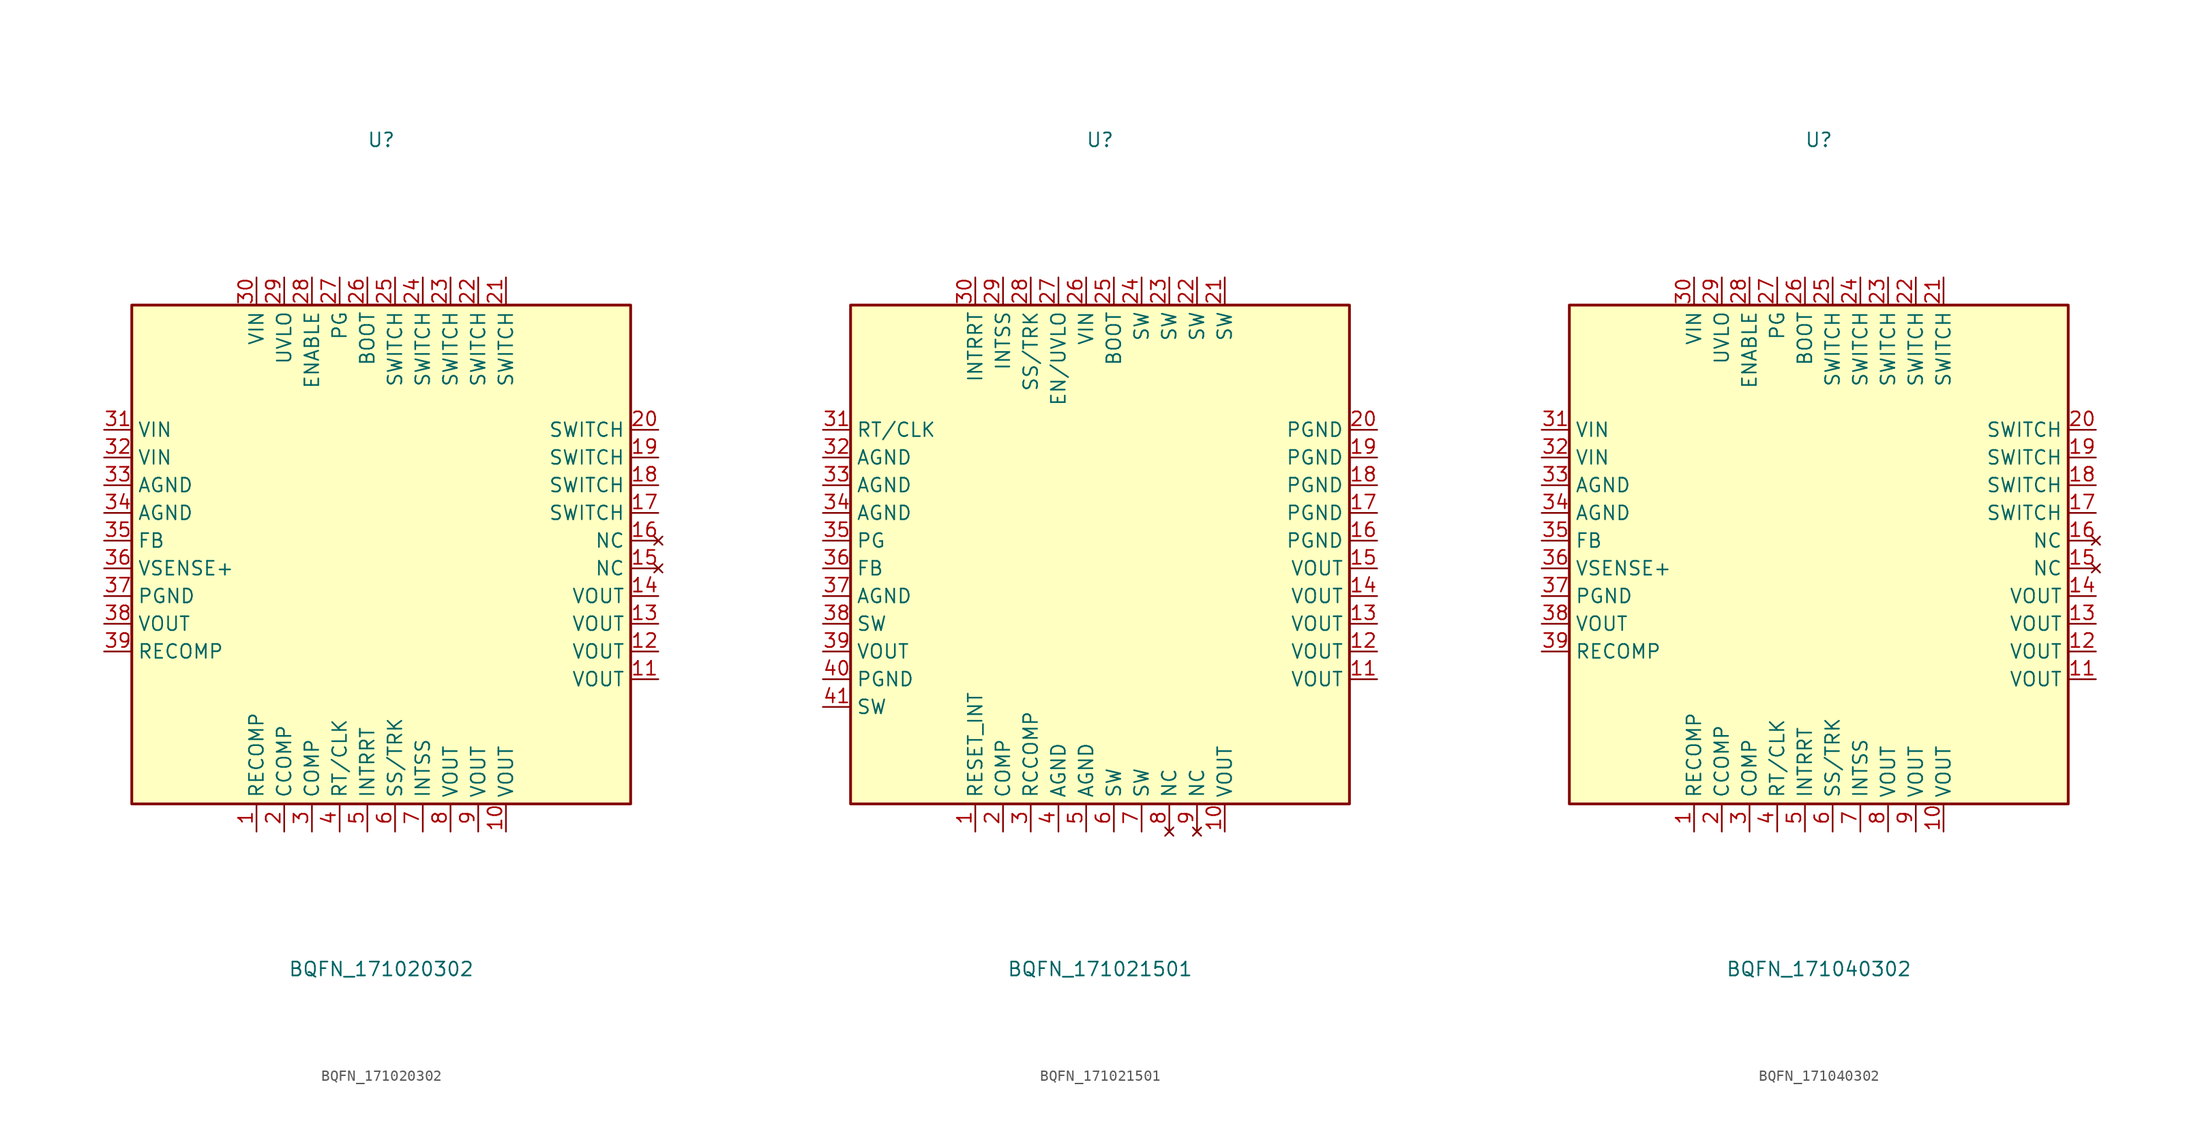
<source format=kicad_sym>
(kicad_symbol_lib
  (version 20220914)
  (generator kicad_symbol_editor)
  (symbol "BQFN_171020302"
    (property "Reference" "U"
      (at 0 38 0)
      (effects (font (size 1.27 1.27))))
    (property "Value" "BQFN_171020302"
      (at 0 -38 0)
      (effects (font (size 1.27 1.27))))
    (symbol "BQFN_171020302_1_1"
      (rectangle (start -22.86 22.86) (end 22.86 -22.86) (stroke (width 0.254) (type solid)) (fill (type background)))
      (pin input line (at -11.43 -25.4 90) (length 2.54) (name "RECOMP" (effects (font (size 1.27 1.27)))) (number "1" (effects (font (size 1.27 1.27)))))
      (pin power_out line (at 11.43 -25.4 90) (length 2.54) (name "VOUT" (effects (font (size 1.27 1.27)))) (number "10" (effects (font (size 1.27 1.27)))))
      (pin power_out line (at 25.4 -11.43 180) (length 2.54) (name "VOUT" (effects (font (size 1.27 1.27)))) (number "11" (effects (font (size 1.27 1.27)))))
      (pin power_out line (at 25.4 -8.89 180) (length 2.54) (name "VOUT" (effects (font (size 1.27 1.27)))) (number "12" (effects (font (size 1.27 1.27)))))
      (pin power_out line (at 25.4 -6.35 180) (length 2.54) (name "VOUT" (effects (font (size 1.27 1.27)))) (number "13" (effects (font (size 1.27 1.27)))))
      (pin power_out line (at 25.4 -3.81 180) (length 2.54) (name "VOUT" (effects (font (size 1.27 1.27)))) (number "14" (effects (font (size 1.27 1.27)))))
      (pin no_connect line (at 25.4 -1.27 180) (length 2.54) (name "NC" (effects (font (size 1.27 1.27)))) (number "15" (effects (font (size 1.27 1.27)))))
      (pin no_connect line (at 25.4 1.27 180) (length 2.54) (name "NC" (effects (font (size 1.27 1.27)))) (number "16" (effects (font (size 1.27 1.27)))))
      (pin power_in line (at 25.4 3.81 180) (length 2.54) (name "SWITCH" (effects (font (size 1.27 1.27)))) (number "17" (effects (font (size 1.27 1.27)))))
      (pin power_in line (at 25.4 6.35 180) (length 2.54) (name "SWITCH" (effects (font (size 1.27 1.27)))) (number "18" (effects (font (size 1.27 1.27)))))
      (pin power_in line (at 25.4 8.89 180) (length 2.54) (name "SWITCH" (effects (font (size 1.27 1.27)))) (number "19" (effects (font (size 1.27 1.27)))))
      (pin input line (at -8.89 -25.4 90) (length 2.54) (name "CCOMP" (effects (font (size 1.27 1.27)))) (number "2" (effects (font (size 1.27 1.27)))))
      (pin power_in line (at 25.4 11.43 180) (length 2.54) (name "SWITCH" (effects (font (size 1.27 1.27)))) (number "20" (effects (font (size 1.27 1.27)))))
      (pin power_in line (at 11.43 25.4 270) (length 2.54) (name "SWITCH" (effects (font (size 1.27 1.27)))) (number "21" (effects (font (size 1.27 1.27)))))
      (pin power_in line (at 8.89 25.4 270) (length 2.54) (name "SWITCH" (effects (font (size 1.27 1.27)))) (number "22" (effects (font (size 1.27 1.27)))))
      (pin power_in line (at 6.35 25.4 270) (length 2.54) (name "SWITCH" (effects (font (size 1.27 1.27)))) (number "23" (effects (font (size 1.27 1.27)))))
      (pin power_in line (at 3.81 25.4 270) (length 2.54) (name "SWITCH" (effects (font (size 1.27 1.27)))) (number "24" (effects (font (size 1.27 1.27)))))
      (pin power_in line (at 1.27 25.4 270) (length 2.54) (name "SWITCH" (effects (font (size 1.27 1.27)))) (number "25" (effects (font (size 1.27 1.27)))))
      (pin input line (at -1.27 25.4 270) (length 2.54) (name "BOOT" (effects (font (size 1.27 1.27)))) (number "26" (effects (font (size 1.27 1.27)))))
      (pin output line (at -3.81 25.4 270) (length 2.54) (name "PG" (effects (font (size 1.27 1.27)))) (number "27" (effects (font (size 1.27 1.27)))))
      (pin input line (at -6.35 25.4 270) (length 2.54) (name "ENABLE" (effects (font (size 1.27 1.27)))) (number "28" (effects (font (size 1.27 1.27)))))
      (pin input line (at -8.89 25.4 270) (length 2.54) (name "UVLO" (effects (font (size 1.27 1.27)))) (number "29" (effects (font (size 1.27 1.27)))))
      (pin output line (at -6.35 -25.4 90) (length 2.54) (name "COMP" (effects (font (size 1.27 1.27)))) (number "3" (effects (font (size 1.27 1.27)))))
      (pin power_in line (at -11.43 25.4 270) (length 2.54) (name "VIN" (effects (font (size 1.27 1.27)))) (number "30" (effects (font (size 1.27 1.27)))))
      (pin power_in line (at -25.4 11.43 0) (length 2.54) (name "VIN" (effects (font (size 1.27 1.27)))) (number "31" (effects (font (size 1.27 1.27)))))
      (pin power_in line (at -25.4 8.89 0) (length 2.54) (name "VIN" (effects (font (size 1.27 1.27)))) (number "32" (effects (font (size 1.27 1.27)))))
      (pin power_in line (at -25.4 6.35 0) (length 2.54) (name "AGND" (effects (font (size 1.27 1.27)))) (number "33" (effects (font (size 1.27 1.27)))))
      (pin power_in line (at -25.4 3.81 0) (length 2.54) (name "AGND" (effects (font (size 1.27 1.27)))) (number "34" (effects (font (size 1.27 1.27)))))
      (pin input line (at -25.4 1.27 0) (length 2.54) (name "FB" (effects (font (size 1.27 1.27)))) (number "35" (effects (font (size 1.27 1.27)))))
      (pin input line (at -25.4 -1.27 0) (length 2.54) (name "VSENSE+" (effects (font (size 1.27 1.27)))) (number "36" (effects (font (size 1.27 1.27)))))
      (pin power_in line (at -25.4 -3.81 0) (length 2.54) (name "PGND" (effects (font (size 1.27 1.27)))) (number "37" (effects (font (size 1.27 1.27)))))
      (pin power_out line (at -25.4 -6.35 0) (length 2.54) (name "VOUT" (effects (font (size 1.27 1.27)))) (number "38" (effects (font (size 1.27 1.27)))))
      (pin bidirectional line (at -25.4 -8.89 0) (length 2.54) (name "RECOMP" (effects (font (size 1.27 1.27)))) (number "39" (effects (font (size 1.27 1.27)))))
      (pin input line (at -3.81 -25.4 90) (length 2.54) (name "RT/CLK" (effects (font (size 1.27 1.27)))) (number "4" (effects (font (size 1.27 1.27)))))
      (pin input line (at -1.27 -25.4 90) (length 2.54) (name "INTRRT" (effects (font (size 1.27 1.27)))) (number "5" (effects (font (size 1.27 1.27)))))
      (pin input line (at 1.27 -25.4 90) (length 2.54) (name "SS/TRK" (effects (font (size 1.27 1.27)))) (number "6" (effects (font (size 1.27 1.27)))))
      (pin input line (at 3.81 -25.4 90) (length 2.54) (name "INTSS" (effects (font (size 1.27 1.27)))) (number "7" (effects (font (size 1.27 1.27)))))
      (pin power_out line (at 6.35 -25.4 90) (length 2.54) (name "VOUT" (effects (font (size 1.27 1.27)))) (number "8" (effects (font (size 1.27 1.27)))))
      (pin power_out line (at 8.89 -25.4 90) (length 2.54) (name "VOUT" (effects (font (size 1.27 1.27)))) (number "9" (effects (font (size 1.27 1.27)))))))
  (symbol "BQFN_171021501"
    (property "Reference" "U"
      (at 0 38 0)
      (effects (font (size 1.27 1.27))))
    (property "Value" "BQFN_171021501"
      (at 0 -38 0)
      (effects (font (size 1.27 1.27))))
    (symbol "BQFN_171021501_1_1"
      (rectangle (start -22.86 22.86) (end 22.86 -22.86) (stroke (width 0.254) (type solid)) (fill (type background)))
      (pin input line (at -11.43 -25.4 90) (length 2.54) (name "RESET_INT" (effects (font (size 1.27 1.27)))) (number "1" (effects (font (size 1.27 1.27)))))
      (pin power_out line (at 11.43 -25.4 90) (length 2.54) (name "VOUT" (effects (font (size 1.27 1.27)))) (number "10" (effects (font (size 1.27 1.27)))))
      (pin power_out line (at 25.4 -11.43 180) (length 2.54) (name "VOUT" (effects (font (size 1.27 1.27)))) (number "11" (effects (font (size 1.27 1.27)))))
      (pin power_out line (at 25.4 -8.89 180) (length 2.54) (name "VOUT" (effects (font (size 1.27 1.27)))) (number "12" (effects (font (size 1.27 1.27)))))
      (pin power_out line (at 25.4 -6.35 180) (length 2.54) (name "VOUT" (effects (font (size 1.27 1.27)))) (number "13" (effects (font (size 1.27 1.27)))))
      (pin power_out line (at 25.4 -3.81 180) (length 2.54) (name "VOUT" (effects (font (size 1.27 1.27)))) (number "14" (effects (font (size 1.27 1.27)))))
      (pin power_out line (at 25.4 -1.27 180) (length 2.54) (name "VOUT" (effects (font (size 1.27 1.27)))) (number "15" (effects (font (size 1.27 1.27)))))
      (pin power_in line (at 25.4 1.27 180) (length 2.54) (name "PGND" (effects (font (size 1.27 1.27)))) (number "16" (effects (font (size 1.27 1.27)))))
      (pin power_in line (at 25.4 3.81 180) (length 2.54) (name "PGND" (effects (font (size 1.27 1.27)))) (number "17" (effects (font (size 1.27 1.27)))))
      (pin power_in line (at 25.4 6.35 180) (length 2.54) (name "PGND" (effects (font (size 1.27 1.27)))) (number "18" (effects (font (size 1.27 1.27)))))
      (pin power_in line (at 25.4 8.89 180) (length 2.54) (name "PGND" (effects (font (size 1.27 1.27)))) (number "19" (effects (font (size 1.27 1.27)))))
      (pin output line (at -8.89 -25.4 90) (length 2.54) (name "COMP" (effects (font (size 1.27 1.27)))) (number "2" (effects (font (size 1.27 1.27)))))
      (pin power_in line (at 25.4 11.43 180) (length 2.54) (name "PGND" (effects (font (size 1.27 1.27)))) (number "20" (effects (font (size 1.27 1.27)))))
      (pin power_in line (at 11.43 25.4 270) (length 2.54) (name "SW" (effects (font (size 1.27 1.27)))) (number "21" (effects (font (size 1.27 1.27)))))
      (pin power_in line (at 8.89 25.4 270) (length 2.54) (name "SW" (effects (font (size 1.27 1.27)))) (number "22" (effects (font (size 1.27 1.27)))))
      (pin power_in line (at 6.35 25.4 270) (length 2.54) (name "SW" (effects (font (size 1.27 1.27)))) (number "23" (effects (font (size 1.27 1.27)))))
      (pin power_in line (at 3.81 25.4 270) (length 2.54) (name "SW" (effects (font (size 1.27 1.27)))) (number "24" (effects (font (size 1.27 1.27)))))
      (pin input line (at 1.27 25.4 270) (length 2.54) (name "BOOT" (effects (font (size 1.27 1.27)))) (number "25" (effects (font (size 1.27 1.27)))))
      (pin power_in line (at -1.27 25.4 270) (length 2.54) (name "VIN" (effects (font (size 1.27 1.27)))) (number "26" (effects (font (size 1.27 1.27)))))
      (pin input line (at -3.81 25.4 270) (length 2.54) (name "EN/UVLO" (effects (font (size 1.27 1.27)))) (number "27" (effects (font (size 1.27 1.27)))))
      (pin input line (at -6.35 25.4 270) (length 2.54) (name "SS/TRK" (effects (font (size 1.27 1.27)))) (number "28" (effects (font (size 1.27 1.27)))))
      (pin input line (at -8.89 25.4 270) (length 2.54) (name "INTSS" (effects (font (size 1.27 1.27)))) (number "29" (effects (font (size 1.27 1.27)))))
      (pin input line (at -6.35 -25.4 90) (length 2.54) (name "RCCOMP" (effects (font (size 1.27 1.27)))) (number "3" (effects (font (size 1.27 1.27)))))
      (pin input line (at -11.43 25.4 270) (length 2.54) (name "INTRRT" (effects (font (size 1.27 1.27)))) (number "30" (effects (font (size 1.27 1.27)))))
      (pin input line (at -25.4 11.43 0) (length 2.54) (name "RT/CLK" (effects (font (size 1.27 1.27)))) (number "31" (effects (font (size 1.27 1.27)))))
      (pin power_in line (at -25.4 8.89 0) (length 2.54) (name "AGND" (effects (font (size 1.27 1.27)))) (number "32" (effects (font (size 1.27 1.27)))))
      (pin power_in line (at -25.4 6.35 0) (length 2.54) (name "AGND" (effects (font (size 1.27 1.27)))) (number "33" (effects (font (size 1.27 1.27)))))
      (pin power_in line (at -25.4 3.81 0) (length 2.54) (name "AGND" (effects (font (size 1.27 1.27)))) (number "34" (effects (font (size 1.27 1.27)))))
      (pin output line (at -25.4 1.27 0) (length 2.54) (name "PG" (effects (font (size 1.27 1.27)))) (number "35" (effects (font (size 1.27 1.27)))))
      (pin input line (at -25.4 -1.27 0) (length 2.54) (name "FB" (effects (font (size 1.27 1.27)))) (number "36" (effects (font (size 1.27 1.27)))))
      (pin power_in line (at -25.4 -3.81 0) (length 2.54) (name "AGND" (effects (font (size 1.27 1.27)))) (number "37" (effects (font (size 1.27 1.27)))))
      (pin power_in line (at -25.4 -6.35 0) (length 2.54) (name "SW" (effects (font (size 1.27 1.27)))) (number "38" (effects (font (size 1.27 1.27)))))
      (pin power_out line (at -25.4 -8.89 0) (length 2.54) (name "VOUT" (effects (font (size 1.27 1.27)))) (number "39" (effects (font (size 1.27 1.27)))))
      (pin power_in line (at -3.81 -25.4 90) (length 2.54) (name "AGND" (effects (font (size 1.27 1.27)))) (number "4" (effects (font (size 1.27 1.27)))))
      (pin power_in line (at -25.4 -11.43 0) (length 2.54) (name "PGND" (effects (font (size 1.27 1.27)))) (number "40" (effects (font (size 1.27 1.27)))))
      (pin power_in line (at -25.403 -13.971 0) (length 2.54) (name "SW" (effects (font (size 1.27 1.27)))) (number "41" (effects (font (size 1.27 1.27)))))
      (pin power_in line (at -1.27 -25.4 90) (length 2.54) (name "AGND" (effects (font (size 1.27 1.27)))) (number "5" (effects (font (size 1.27 1.27)))))
      (pin power_in line (at 1.27 -25.4 90) (length 2.54) (name "SW" (effects (font (size 1.27 1.27)))) (number "6" (effects (font (size 1.27 1.27)))))
      (pin power_in line (at 3.81 -25.4 90) (length 2.54) (name "SW" (effects (font (size 1.27 1.27)))) (number "7" (effects (font (size 1.27 1.27)))))
      (pin no_connect line (at 6.35 -25.4 90) (length 2.54) (name "NC" (effects (font (size 1.27 1.27)))) (number "8" (effects (font (size 1.27 1.27)))))
      (pin no_connect line (at 8.89 -25.4 90) (length 2.54) (name "NC" (effects (font (size 1.27 1.27)))) (number "9" (effects (font (size 1.27 1.27)))))))
  (symbol "BQFN_171040302"
    (property "Reference" "U"
      (at 0 38 0)
      (effects (font (size 1.27 1.27))))
    (property "Value" "BQFN_171040302"
      (at 0 -38 0)
      (effects (font (size 1.27 1.27))))
    (symbol "BQFN_171040302_1_1"
      (rectangle (start -22.86 22.86) (end 22.86 -22.86) (stroke (width 0.254) (type solid)) (fill (type background)))
      (pin input line (at -11.43 -25.4 90) (length 2.54) (name "RECOMP" (effects (font (size 1.27 1.27)))) (number "1" (effects (font (size 1.27 1.27)))))
      (pin power_out line (at 11.43 -25.4 90) (length 2.54) (name "VOUT" (effects (font (size 1.27 1.27)))) (number "10" (effects (font (size 1.27 1.27)))))
      (pin power_out line (at 25.4 -11.43 180) (length 2.54) (name "VOUT" (effects (font (size 1.27 1.27)))) (number "11" (effects (font (size 1.27 1.27)))))
      (pin power_out line (at 25.4 -8.89 180) (length 2.54) (name "VOUT" (effects (font (size 1.27 1.27)))) (number "12" (effects (font (size 1.27 1.27)))))
      (pin power_out line (at 25.4 -6.35 180) (length 2.54) (name "VOUT" (effects (font (size 1.27 1.27)))) (number "13" (effects (font (size 1.27 1.27)))))
      (pin power_out line (at 25.4 -3.81 180) (length 2.54) (name "VOUT" (effects (font (size 1.27 1.27)))) (number "14" (effects (font (size 1.27 1.27)))))
      (pin no_connect line (at 25.4 -1.27 180) (length 2.54) (name "NC" (effects (font (size 1.27 1.27)))) (number "15" (effects (font (size 1.27 1.27)))))
      (pin no_connect line (at 25.4 1.27 180) (length 2.54) (name "NC" (effects (font (size 1.27 1.27)))) (number "16" (effects (font (size 1.27 1.27)))))
      (pin power_in line (at 25.4 3.81 180) (length 2.54) (name "SWITCH" (effects (font (size 1.27 1.27)))) (number "17" (effects (font (size 1.27 1.27)))))
      (pin power_in line (at 25.4 6.35 180) (length 2.54) (name "SWITCH" (effects (font (size 1.27 1.27)))) (number "18" (effects (font (size 1.27 1.27)))))
      (pin power_in line (at 25.4 8.89 180) (length 2.54) (name "SWITCH" (effects (font (size 1.27 1.27)))) (number "19" (effects (font (size 1.27 1.27)))))
      (pin input line (at -8.89 -25.4 90) (length 2.54) (name "CCOMP" (effects (font (size 1.27 1.27)))) (number "2" (effects (font (size 1.27 1.27)))))
      (pin power_in line (at 25.4 11.43 180) (length 2.54) (name "SWITCH" (effects (font (size 1.27 1.27)))) (number "20" (effects (font (size 1.27 1.27)))))
      (pin power_in line (at 11.43 25.4 270) (length 2.54) (name "SWITCH" (effects (font (size 1.27 1.27)))) (number "21" (effects (font (size 1.27 1.27)))))
      (pin power_in line (at 8.89 25.4 270) (length 2.54) (name "SWITCH" (effects (font (size 1.27 1.27)))) (number "22" (effects (font (size 1.27 1.27)))))
      (pin power_in line (at 6.35 25.4 270) (length 2.54) (name "SWITCH" (effects (font (size 1.27 1.27)))) (number "23" (effects (font (size 1.27 1.27)))))
      (pin power_in line (at 3.81 25.4 270) (length 2.54) (name "SWITCH" (effects (font (size 1.27 1.27)))) (number "24" (effects (font (size 1.27 1.27)))))
      (pin power_in line (at 1.27 25.4 270) (length 2.54) (name "SWITCH" (effects (font (size 1.27 1.27)))) (number "25" (effects (font (size 1.27 1.27)))))
      (pin input line (at -1.27 25.4 270) (length 2.54) (name "BOOT" (effects (font (size 1.27 1.27)))) (number "26" (effects (font (size 1.27 1.27)))))
      (pin output line (at -3.81 25.4 270) (length 2.54) (name "PG" (effects (font (size 1.27 1.27)))) (number "27" (effects (font (size 1.27 1.27)))))
      (pin input line (at -6.35 25.4 270) (length 2.54) (name "ENABLE" (effects (font (size 1.27 1.27)))) (number "28" (effects (font (size 1.27 1.27)))))
      (pin input line (at -8.89 25.4 270) (length 2.54) (name "UVLO" (effects (font (size 1.27 1.27)))) (number "29" (effects (font (size 1.27 1.27)))))
      (pin output line (at -6.35 -25.4 90) (length 2.54) (name "COMP" (effects (font (size 1.27 1.27)))) (number "3" (effects (font (size 1.27 1.27)))))
      (pin power_in line (at -11.43 25.4 270) (length 2.54) (name "VIN" (effects (font (size 1.27 1.27)))) (number "30" (effects (font (size 1.27 1.27)))))
      (pin power_in line (at -25.4 11.43 0) (length 2.54) (name "VIN" (effects (font (size 1.27 1.27)))) (number "31" (effects (font (size 1.27 1.27)))))
      (pin power_in line (at -25.4 8.89 0) (length 2.54) (name "VIN" (effects (font (size 1.27 1.27)))) (number "32" (effects (font (size 1.27 1.27)))))
      (pin power_in line (at -25.4 6.35 0) (length 2.54) (name "AGND" (effects (font (size 1.27 1.27)))) (number "33" (effects (font (size 1.27 1.27)))))
      (pin power_in line (at -25.4 3.81 0) (length 2.54) (name "AGND" (effects (font (size 1.27 1.27)))) (number "34" (effects (font (size 1.27 1.27)))))
      (pin input line (at -25.4 1.27 0) (length 2.54) (name "FB" (effects (font (size 1.27 1.27)))) (number "35" (effects (font (size 1.27 1.27)))))
      (pin input line (at -25.4 -1.27 0) (length 2.54) (name "VSENSE+" (effects (font (size 1.27 1.27)))) (number "36" (effects (font (size 1.27 1.27)))))
      (pin power_in line (at -25.4 -3.81 0) (length 2.54) (name "PGND" (effects (font (size 1.27 1.27)))) (number "37" (effects (font (size 1.27 1.27)))))
      (pin power_out line (at -25.4 -6.35 0) (length 2.54) (name "VOUT" (effects (font (size 1.27 1.27)))) (number "38" (effects (font (size 1.27 1.27)))))
      (pin bidirectional line (at -25.4 -8.89 0) (length 2.54) (name "RECOMP" (effects (font (size 1.27 1.27)))) (number "39" (effects (font (size 1.27 1.27)))))
      (pin input line (at -3.81 -25.4 90) (length 2.54) (name "RT/CLK" (effects (font (size 1.27 1.27)))) (number "4" (effects (font (size 1.27 1.27)))))
      (pin input line (at -1.27 -25.4 90) (length 2.54) (name "INTRRT" (effects (font (size 1.27 1.27)))) (number "5" (effects (font (size 1.27 1.27)))))
      (pin input line (at 1.27 -25.4 90) (length 2.54) (name "SS/TRK" (effects (font (size 1.27 1.27)))) (number "6" (effects (font (size 1.27 1.27)))))
      (pin input line (at 3.81 -25.4 90) (length 2.54) (name "INTSS" (effects (font (size 1.27 1.27)))) (number "7" (effects (font (size 1.27 1.27)))))
      (pin power_out line (at 6.35 -25.4 90) (length 2.54) (name "VOUT" (effects (font (size 1.27 1.27)))) (number "8" (effects (font (size 1.27 1.27)))))
      (pin power_out line (at 8.89 -25.4 90) (length 2.54) (name "VOUT" (effects (font (size 1.27 1.27)))) (number "9" (effects (font (size 1.27 1.27))))))))
</source>
